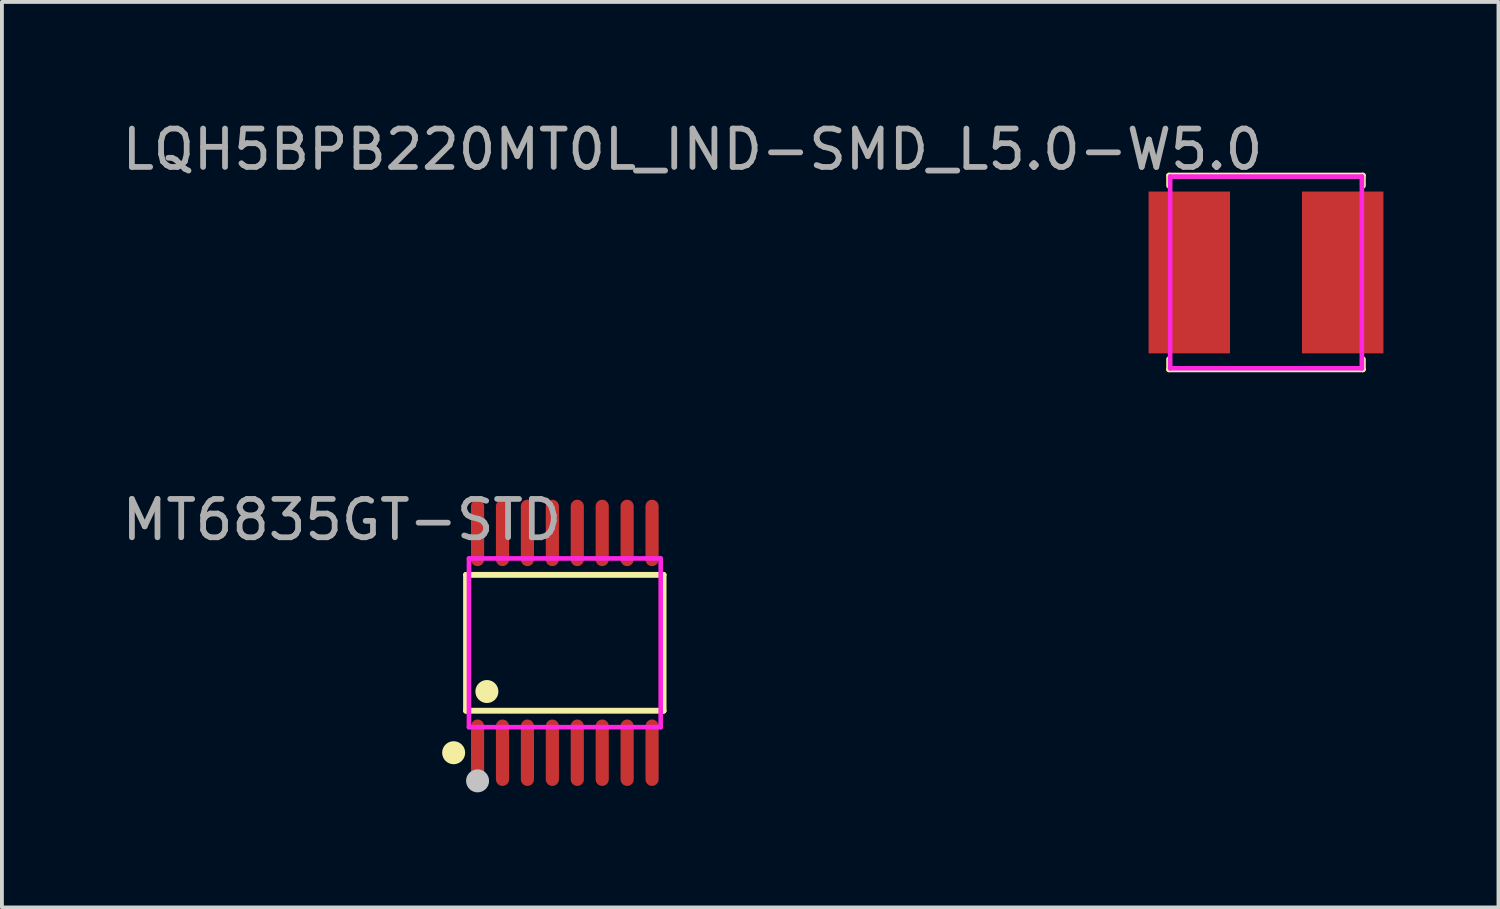
<source format=kicad_pcb>
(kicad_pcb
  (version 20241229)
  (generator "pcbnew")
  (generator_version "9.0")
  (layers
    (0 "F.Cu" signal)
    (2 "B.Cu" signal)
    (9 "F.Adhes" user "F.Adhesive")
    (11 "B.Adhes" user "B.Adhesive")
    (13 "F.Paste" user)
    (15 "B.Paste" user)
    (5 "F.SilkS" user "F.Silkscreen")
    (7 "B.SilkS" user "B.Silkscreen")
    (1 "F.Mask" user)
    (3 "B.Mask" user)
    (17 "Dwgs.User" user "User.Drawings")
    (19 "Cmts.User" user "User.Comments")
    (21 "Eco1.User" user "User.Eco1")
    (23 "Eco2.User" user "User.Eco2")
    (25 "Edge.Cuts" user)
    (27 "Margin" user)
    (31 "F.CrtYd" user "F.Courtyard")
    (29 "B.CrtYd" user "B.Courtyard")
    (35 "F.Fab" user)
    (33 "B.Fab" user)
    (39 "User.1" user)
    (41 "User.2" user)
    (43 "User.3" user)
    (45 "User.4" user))
  (footprint "LQH5BPB220MT0L_IND-SMD_L5.0-W5.0"
    (layer "F.Cu")
    (at 29.964 4.055)
    (property "Reference" "LQH5BPB220MT0L_IND-SMD_L5.0-W5.0" (at 0 -3.207 180) (layer "F.Fab") (effects (font (size 1 1) (thickness 0.15)) (justify right)))
    (attr through_hole)
    (fp_line (start -2.526 -2.526) (end 2.526 -2.526) (stroke (width 0.152) (type solid)) (layer "F.SilkS"))
    (fp_line (start -2.526 -2.262) (end -2.526 -2.526) (stroke (width 0.152) (type solid)) (layer "F.SilkS"))
    (fp_line (start -2.526 2.262) (end -2.526 2.526) (stroke (width 0.152) (type solid)) (layer "F.SilkS"))
    (fp_line (start -2.526 2.526) (end 2.526 2.526) (stroke (width 0.152) (type solid)) (layer "F.SilkS"))
    (fp_line (start 2.526 -2.526) (end 2.526 -2.262) (stroke (width 0.152) (type solid)) (layer "F.SilkS"))
    (fp_line (start 2.526 2.526) (end 2.526 2.262) (stroke (width 0.152) (type solid)) (layer "F.SilkS"))
    (fp_circle (center 2.5 -2.5) (end 2.53 -2.5) (stroke (width 0.06) (type solid)) (fill no) (layer "Eco2.User"))
    (fp_poly (pts (xy -2.5 1.9) (xy -2.5 -1.9) (xy -1.3 -1.9) (xy -1.3 1.9)) (stroke (width 0.12) (type solid)) (fill no) (layer "Eco2.User"))
    (fp_poly (pts (xy 2.5 1.9) (xy 2.5 -1.9) (xy 1.3 -1.9) (xy 1.3 1.9)) (stroke (width 0.12) (type solid)) (fill no) (layer "Eco2.User"))
    (fp_line (start -2.5 -2.5) (end 2.5 -2.5) (stroke (width 0.12) (type solid)) (layer "F.CrtYd"))
    (fp_line (start -2.5 2.5) (end -2.5 -2.5) (stroke (width 0.12) (type solid)) (layer "F.CrtYd"))
    (fp_line (start 2.5 -2.5) (end 2.5 2.5) (stroke (width 0.12) (type solid)) (layer "F.CrtYd"))
    (fp_line (start 2.5 2.5) (end -2.5 2.5) (stroke (width 0.12) (type solid)) (layer "F.CrtYd"))
    (pad "1" smd rect (at 2 0) (size 2.124 4.22) (layers "F.Cu" "F.Mask" "F.Paste"))
    (pad "2" smd rect (at -2 0) (size 2.124 4.22) (layers "F.Cu" "F.Mask" "F.Paste")))
  (footprint "MT6835GT-STD"
    (layer "F.Cu")
    (at 11.679 13.713)
    (property "Reference" "MT6835GT-STD" (at 0 -3.207 0) (layer "F.Fab") (effects (font (size 1 1) (thickness 0.15)) (justify right)))
    (attr through_hole)
    (fp_line (start -2.576 -1.772) (end 2.576 -1.772) (stroke (width 0.152) (type solid)) (layer "F.SilkS"))
    (fp_line (start -2.576 1.771) (end -2.576 -1.772) (stroke (width 0.152) (type solid)) (layer "F.SilkS"))
    (fp_line (start 2.576 -1.772) (end 2.576 1.771) (stroke (width 0.152) (type solid)) (layer "F.SilkS"))
    (fp_line (start 2.576 1.771) (end -2.576 1.771) (stroke (width 0.152) (type solid)) (layer "F.SilkS"))
    (fp_circle (center -2.899 2.866) (end -2.749 2.866) (stroke (width 0.3) (type solid)) (fill no) (layer "F.SilkS"))
    (fp_circle (center -2.032 1.27) (end -1.882 1.27) (stroke (width 0.3) (type solid)) (fill no) (layer "F.SilkS"))
    (fp_circle (center -2.275 3.6) (end -2.125 3.6) (stroke (width 0.3) (type solid)) (fill no) (layer "Dwgs.User"))
    (fp_line (start -2.398 -2.61) (end -2.398 -2.19) (stroke (width 0.12) (type solid)) (layer "Eco2.User"))
    (fp_line (start -2.398 -2.19) (end -2.152 -2.19) (stroke (width 0.12) (type solid)) (layer "Eco2.User"))
    (fp_line (start -2.398 2.19) (end -2.152 2.19) (stroke (width 0.12) (type solid)) (layer "Eco2.User"))
    (fp_line (start -2.398 2.61) (end -2.398 2.19) (stroke (width 0.12) (type solid)) (layer "Eco2.User"))
    (fp_line (start -2.152 -2.61) (end -2.398 -2.61) (stroke (width 0.12) (type solid)) (layer "Eco2.User"))
    (fp_line (start -2.152 -2.19) (end -2.152 -2.61) (stroke (width 0.12) (type solid)) (layer "Eco2.User"))
    (fp_line (start -2.152 2.19) (end -2.152 2.61) (stroke (width 0.12) (type solid)) (layer "Eco2.User"))
    (fp_line (start -2.152 2.61) (end -2.398 2.61) (stroke (width 0.12) (type solid)) (layer "Eco2.User"))
    (fp_line (start -1.747 -2.61) (end -1.747 -2.19) (stroke (width 0.12) (type solid)) (layer "Eco2.User"))
    (fp_line (start -1.747 -2.19) (end -1.503 -2.19) (stroke (width 0.12) (type solid)) (layer "Eco2.User"))
    (fp_line (start -1.747 2.19) (end -1.503 2.19) (stroke (width 0.12) (type solid)) (layer "Eco2.User"))
    (fp_line (start -1.747 2.61) (end -1.747 2.19) (stroke (width 0.12) (type solid)) (layer "Eco2.User"))
    (fp_line (start -1.503 -2.61) (end -1.747 -2.61) (stroke (width 0.12) (type solid)) (layer "Eco2.User"))
    (fp_line (start -1.503 -2.19) (end -1.503 -2.61) (stroke (width 0.12) (type solid)) (layer "Eco2.User"))
    (fp_line (start -1.503 2.19) (end -1.503 2.61) (stroke (width 0.12) (type solid)) (layer "Eco2.User"))
    (fp_line (start -1.503 2.61) (end -1.747 2.61) (stroke (width 0.12) (type solid)) (layer "Eco2.User"))
    (fp_line (start -1.098 -2.61) (end -1.098 -2.19) (stroke (width 0.12) (type solid)) (layer "Eco2.User"))
    (fp_line (start -1.098 -2.19) (end -0.853 -2.19) (stroke (width 0.12) (type solid)) (layer "Eco2.User"))
    (fp_line (start -1.098 2.19) (end -0.853 2.19) (stroke (width 0.12) (type solid)) (layer "Eco2.User"))
    (fp_line (start -1.098 2.61) (end -1.098 2.19) (stroke (width 0.12) (type solid)) (layer "Eco2.User"))
    (fp_line (start -0.853 -2.61) (end -1.098 -2.61) (stroke (width 0.12) (type solid)) (layer "Eco2.User"))
    (fp_line (start -0.853 -2.19) (end -0.853 -2.61) (stroke (width 0.12) (type solid)) (layer "Eco2.User"))
    (fp_line (start -0.853 2.19) (end -0.853 2.61) (stroke (width 0.12) (type solid)) (layer "Eco2.User"))
    (fp_line (start -0.853 2.61) (end -1.098 2.61) (stroke (width 0.12) (type solid)) (layer "Eco2.User"))
    (fp_line (start -0.447 -2.61) (end -0.447 -2.19) (stroke (width 0.12) (type solid)) (layer "Eco2.User"))
    (fp_line (start -0.447 -2.19) (end -0.202 -2.19) (stroke (width 0.12) (type solid)) (layer "Eco2.User"))
    (fp_line (start -0.447 2.19) (end -0.202 2.19) (stroke (width 0.12) (type solid)) (layer "Eco2.User"))
    (fp_line (start -0.447 2.61) (end -0.447 2.19) (stroke (width 0.12) (type solid)) (layer "Eco2.User"))
    (fp_line (start -0.202 -2.61) (end -0.447 -2.61) (stroke (width 0.12) (type solid)) (layer "Eco2.User"))
    (fp_line (start -0.202 -2.19) (end -0.202 -2.61) (stroke (width 0.12) (type solid)) (layer "Eco2.User"))
    (fp_line (start -0.202 2.19) (end -0.202 2.61) (stroke (width 0.12) (type solid)) (layer "Eco2.User"))
    (fp_line (start -0.202 2.61) (end -0.447 2.61) (stroke (width 0.12) (type solid)) (layer "Eco2.User"))
    (fp_line (start 0.202 -2.61) (end 0.202 -2.19) (stroke (width 0.12) (type solid)) (layer "Eco2.User"))
    (fp_line (start 0.202 -2.19) (end 0.447 -2.19) (stroke (width 0.12) (type solid)) (layer "Eco2.User"))
    (fp_line (start 0.202 2.19) (end 0.447 2.19) (stroke (width 0.12) (type solid)) (layer "Eco2.User"))
    (fp_line (start 0.202 2.61) (end 0.202 2.19) (stroke (width 0.12) (type solid)) (layer "Eco2.User"))
    (fp_line (start 0.447 -2.61) (end 0.202 -2.61) (stroke (width 0.12) (type solid)) (layer "Eco2.User"))
    (fp_line (start 0.447 -2.19) (end 0.447 -2.61) (stroke (width 0.12) (type solid)) (layer "Eco2.User"))
    (fp_line (start 0.447 2.19) (end 0.447 2.61) (stroke (width 0.12) (type solid)) (layer "Eco2.User"))
    (fp_line (start 0.447 2.61) (end 0.202 2.61) (stroke (width 0.12) (type solid)) (layer "Eco2.User"))
    (fp_line (start 0.853 -2.61) (end 0.853 -2.19) (stroke (width 0.12) (type solid)) (layer "Eco2.User"))
    (fp_line (start 0.853 -2.19) (end 1.098 -2.19) (stroke (width 0.12) (type solid)) (layer "Eco2.User"))
    (fp_line (start 0.853 2.19) (end 1.098 2.19) (stroke (width 0.12) (type solid)) (layer "Eco2.User"))
    (fp_line (start 0.853 2.61) (end 0.853 2.19) (stroke (width 0.12) (type solid)) (layer "Eco2.User"))
    (fp_line (start 1.098 -2.61) (end 0.853 -2.61) (stroke (width 0.12) (type solid)) (layer "Eco2.User"))
    (fp_line (start 1.098 -2.19) (end 1.098 -2.61) (stroke (width 0.12) (type solid)) (layer "Eco2.User"))
    (fp_line (start 1.098 2.19) (end 1.098 2.61) (stroke (width 0.12) (type solid)) (layer "Eco2.User"))
    (fp_line (start 1.098 2.61) (end 0.853 2.61) (stroke (width 0.12) (type solid)) (layer "Eco2.User"))
    (fp_line (start 1.503 -2.61) (end 1.503 -2.19) (stroke (width 0.12) (type solid)) (layer "Eco2.User"))
    (fp_line (start 1.503 -2.19) (end 1.747 -2.19) (stroke (width 0.12) (type solid)) (layer "Eco2.User"))
    (fp_line (start 1.503 2.19) (end 1.747 2.19) (stroke (width 0.12) (type solid)) (layer "Eco2.User"))
    (fp_line (start 1.503 2.61) (end 1.503 2.19) (stroke (width 0.12) (type solid)) (layer "Eco2.User"))
    (fp_line (start 1.747 -2.61) (end 1.503 -2.61) (stroke (width 0.12) (type solid)) (layer "Eco2.User"))
    (fp_line (start 1.747 -2.19) (end 1.747 -2.61) (stroke (width 0.12) (type solid)) (layer "Eco2.User"))
    (fp_line (start 1.747 2.19) (end 1.747 2.61) (stroke (width 0.12) (type solid)) (layer "Eco2.User"))
    (fp_line (start 1.747 2.61) (end 1.503 2.61) (stroke (width 0.12) (type solid)) (layer "Eco2.User"))
    (fp_line (start 2.152 -2.61) (end 2.152 -2.19) (stroke (width 0.12) (type solid)) (layer "Eco2.User"))
    (fp_line (start 2.152 -2.19) (end 2.398 -2.19) (stroke (width 0.12) (type solid)) (layer "Eco2.User"))
    (fp_line (start 2.152 2.19) (end 2.398 2.19) (stroke (width 0.12) (type solid)) (layer "Eco2.User"))
    (fp_line (start 2.152 2.61) (end 2.152 2.19) (stroke (width 0.12) (type solid)) (layer "Eco2.User"))
    (fp_line (start 2.398 -2.61) (end 2.152 -2.61) (stroke (width 0.12) (type solid)) (layer "Eco2.User"))
    (fp_line (start 2.398 -2.19) (end 2.398 -2.61) (stroke (width 0.12) (type solid)) (layer "Eco2.User"))
    (fp_line (start 2.398 2.19) (end 2.398 2.61) (stroke (width 0.12) (type solid)) (layer "Eco2.User"))
    (fp_line (start 2.398 2.61) (end 2.152 2.61) (stroke (width 0.12) (type solid)) (layer "Eco2.User"))
    (fp_circle (center -2.5 3.2) (end -2.47 3.2) (stroke (width 0.06) (type solid)) (fill no) (layer "Eco2.User"))
    (fp_poly (pts (xy -2.398 -3.2) (xy -2.398 -2.6) (xy -2.152 -2.6) (xy -2.152 -3.2)) (stroke (width 0.12) (type solid)) (fill no) (layer "Eco2.User"))
    (fp_poly (pts (xy -2.398 3.2) (xy -2.398 2.6) (xy -2.152 2.6) (xy -2.152 3.2)) (stroke (width 0.12) (type solid)) (fill no) (layer "Eco2.User"))
    (fp_poly (pts (xy -1.747 -3.2) (xy -1.747 -2.6) (xy -1.503 -2.6) (xy -1.503 -3.2)) (stroke (width 0.12) (type solid)) (fill no) (layer "Eco2.User"))
    (fp_poly (pts (xy -1.747 3.2) (xy -1.747 2.6) (xy -1.503 2.6) (xy -1.503 3.2)) (stroke (width 0.12) (type solid)) (fill no) (layer "Eco2.User"))
    (fp_poly (pts (xy -1.098 -3.2) (xy -1.098 -2.6) (xy -0.853 -2.6) (xy -0.853 -3.2)) (stroke (width 0.12) (type solid)) (fill no) (layer "Eco2.User"))
    (fp_poly (pts (xy -1.098 3.2) (xy -1.098 2.6) (xy -0.853 2.6) (xy -0.853 3.2)) (stroke (width 0.12) (type solid)) (fill no) (layer "Eco2.User"))
    (fp_poly (pts (xy -0.447 -3.2) (xy -0.447 -2.6) (xy -0.202 -2.6) (xy -0.202 -3.2)) (stroke (width 0.12) (type solid)) (fill no) (layer "Eco2.User"))
    (fp_poly (pts (xy -0.447 3.2) (xy -0.447 2.6) (xy -0.202 2.6) (xy -0.202 3.2)) (stroke (width 0.12) (type solid)) (fill no) (layer "Eco2.User"))
    (fp_poly (pts (xy 0.202 -3.2) (xy 0.202 -2.6) (xy 0.447 -2.6) (xy 0.447 -3.2)) (stroke (width 0.12) (type solid)) (fill no) (layer "Eco2.User"))
    (fp_poly (pts (xy 0.202 3.2) (xy 0.202 2.6) (xy 0.447 2.6) (xy 0.447 3.2)) (stroke (width 0.12) (type solid)) (fill no) (layer "Eco2.User"))
    (fp_poly (pts (xy 0.853 -3.2) (xy 0.853 -2.6) (xy 1.098 -2.6) (xy 1.098 -3.2)) (stroke (width 0.12) (type solid)) (fill no) (layer "Eco2.User"))
    (fp_poly (pts (xy 0.853 3.2) (xy 0.853 2.6) (xy 1.098 2.6) (xy 1.098 3.2)) (stroke (width 0.12) (type solid)) (fill no) (layer "Eco2.User"))
    (fp_poly (pts (xy 1.503 -3.2) (xy 1.503 -2.6) (xy 1.747 -2.6) (xy 1.747 -3.2)) (stroke (width 0.12) (type solid)) (fill no) (layer "Eco2.User"))
    (fp_poly (pts (xy 1.503 3.2) (xy 1.503 2.6) (xy 1.747 2.6) (xy 1.747 3.2)) (stroke (width 0.12) (type solid)) (fill no) (layer "Eco2.User"))
    (fp_poly (pts (xy 2.152 -3.2) (xy 2.152 -2.6) (xy 2.398 -2.6) (xy 2.398 -3.2)) (stroke (width 0.12) (type solid)) (fill no) (layer "Eco2.User"))
    (fp_poly (pts (xy 2.152 3.2) (xy 2.152 2.6) (xy 2.398 2.6) (xy 2.398 3.2)) (stroke (width 0.12) (type solid)) (fill no) (layer "Eco2.User"))
    (fp_line (start -2.5 -2.2) (end 2.5 -2.2) (stroke (width 0.12) (type solid)) (layer "F.CrtYd"))
    (fp_line (start -2.5 2.2) (end -2.5 -2.2) (stroke (width 0.12) (type solid)) (layer "F.CrtYd"))
    (fp_line (start 2.5 -2.2) (end 2.5 2.2) (stroke (width 0.12) (type solid)) (layer "F.CrtYd"))
    (fp_line (start 2.5 2.2) (end -2.5 2.2) (stroke (width 0.12) (type solid)) (layer "F.CrtYd"))
    (pad "1" smd oval (at -2.275 2.866 180) (size 0.343 1.731) (layers "F.Cu" "F.Mask" "F.Paste"))
    (pad "2" smd oval (at -1.625 2.866 180) (size 0.343 1.731) (layers "F.Cu" "F.Mask" "F.Paste"))
    (pad "3" smd oval (at -0.975 2.866 180) (size 0.343 1.731) (layers "F.Cu" "F.Mask" "F.Paste"))
    (pad "4" smd oval (at -0.325 2.866 180) (size 0.343 1.731) (layers "F.Cu" "F.Mask" "F.Paste"))
    (pad "5" smd oval (at 0.325 2.866 180) (size 0.343 1.731) (layers "F.Cu" "F.Mask" "F.Paste"))
    (pad "6" smd oval (at 0.975 2.866 180) (size 0.343 1.731) (layers "F.Cu" "F.Mask" "F.Paste"))
    (pad "7" smd oval (at 1.625 2.866 180) (size 0.343 1.731) (layers "F.Cu" "F.Mask" "F.Paste"))
    (pad "8" smd oval (at 2.275 2.866 180) (size 0.343 1.731) (layers "F.Cu" "F.Mask" "F.Paste"))
    (pad "9" smd oval (at 2.275 -2.866 180) (size 0.343 1.731) (layers "F.Cu" "F.Mask" "F.Paste"))
    (pad "10" smd oval (at 1.625 -2.866 180) (size 0.343 1.731) (layers "F.Cu" "F.Mask" "F.Paste"))
    (pad "11" smd oval (at 0.975 -2.866 180) (size 0.343 1.731) (layers "F.Cu" "F.Mask" "F.Paste"))
    (pad "12" smd oval (at 0.325 -2.866 180) (size 0.343 1.731) (layers "F.Cu" "F.Mask" "F.Paste"))
    (pad "13" smd oval (at -0.325 -2.866 180) (size 0.343 1.731) (layers "F.Cu" "F.Mask" "F.Paste"))
    (pad "14" smd oval (at -0.975 -2.866 180) (size 0.343 1.731) (layers "F.Cu" "F.Mask" "F.Paste"))
    (pad "15" smd oval (at -1.625 -2.866 180) (size 0.343 1.731) (layers "F.Cu" "F.Mask" "F.Paste"))
    (pad "16" smd oval (at -2.275 -2.866 180) (size 0.343 1.731) (layers "F.Cu" "F.Mask" "F.Paste")))
  (gr_rect
    (start -3 -3)
    (end 36.026 20.613)
    (stroke (width 0.1) (type default))
    (fill no)
    (layer "Edge.Cuts")))
</source>
